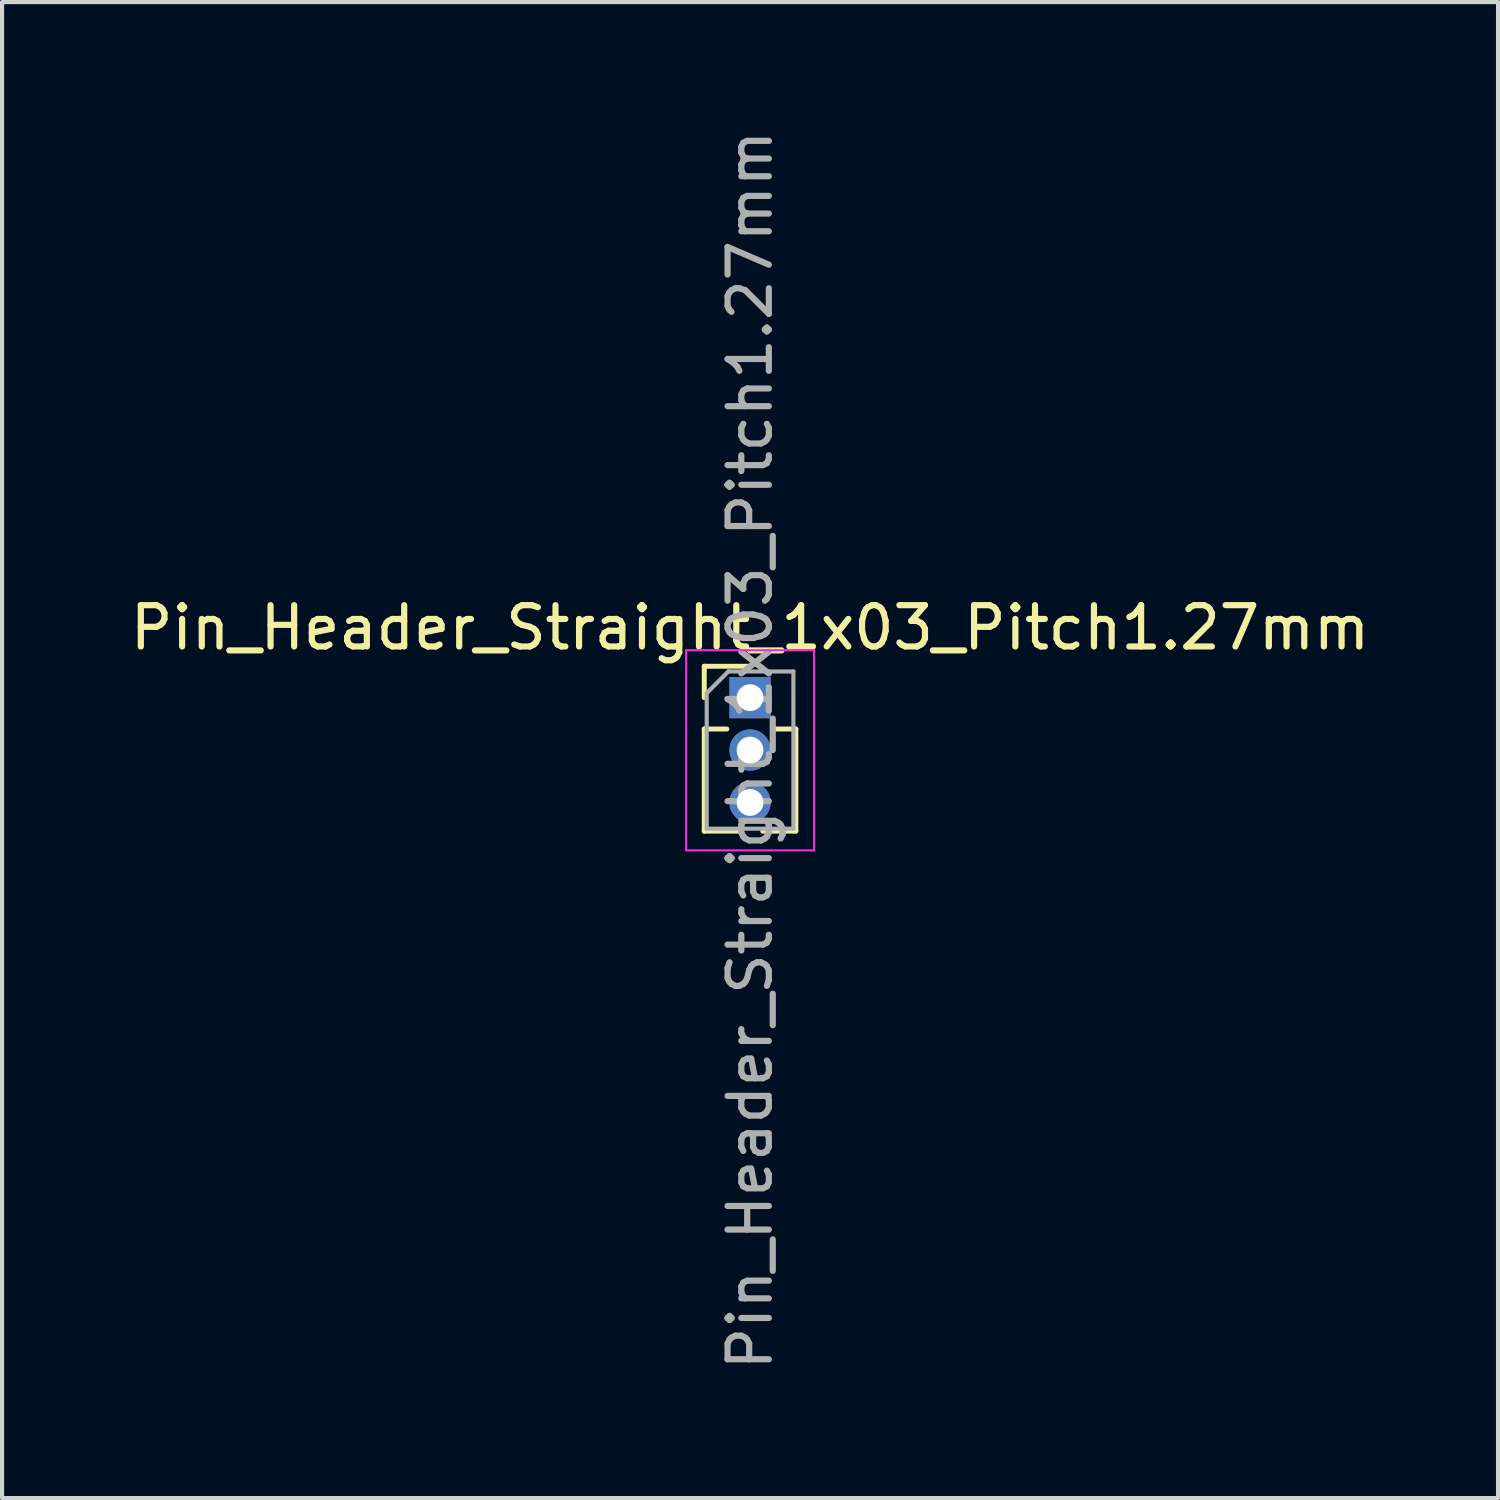
<source format=kicad_pcb>
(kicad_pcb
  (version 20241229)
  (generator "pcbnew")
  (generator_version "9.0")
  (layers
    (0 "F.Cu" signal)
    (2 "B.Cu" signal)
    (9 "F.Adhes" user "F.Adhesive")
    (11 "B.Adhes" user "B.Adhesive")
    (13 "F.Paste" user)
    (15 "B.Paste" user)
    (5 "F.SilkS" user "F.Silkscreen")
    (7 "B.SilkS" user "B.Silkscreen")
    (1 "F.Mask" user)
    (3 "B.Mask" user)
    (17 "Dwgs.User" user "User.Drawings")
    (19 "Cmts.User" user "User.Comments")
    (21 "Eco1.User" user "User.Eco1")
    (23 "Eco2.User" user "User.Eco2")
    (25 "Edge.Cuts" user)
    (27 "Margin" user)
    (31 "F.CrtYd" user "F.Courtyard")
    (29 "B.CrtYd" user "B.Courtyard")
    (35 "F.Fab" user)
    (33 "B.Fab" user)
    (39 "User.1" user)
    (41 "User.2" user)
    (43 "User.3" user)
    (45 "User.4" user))
  (footprint "Pin_Header_Straight_1x03_Pitch1.27mm"
    (layer "F.Cu")
    (at 15.125 13.855)
    (property "Reference" "Pin_Header_Straight_1x03_Pitch1.27mm" (at 0 -1.695 0) (layer "F.SilkS") (effects (font (size 1 1) (thickness 0.15))))
    (attr through_hole)
    (fp_line (start -1.11 -0.76) (end 0 -0.76) (stroke (width 0.12) (type solid)) (layer "F.SilkS"))
    (fp_line (start -1.11 0) (end -1.11 -0.76) (stroke (width 0.12) (type solid)) (layer "F.SilkS"))
    (fp_line (start -1.11 0.76) (end -1.11 3.235) (stroke (width 0.12) (type solid)) (layer "F.SilkS"))
    (fp_line (start -1.11 0.76) (end -0.563 0.76) (stroke (width 0.12) (type solid)) (layer "F.SilkS"))
    (fp_line (start -1.11 3.235) (end -0.308 3.235) (stroke (width 0.12) (type solid)) (layer "F.SilkS"))
    (fp_line (start 0.308 3.235) (end 1.11 3.235) (stroke (width 0.12) (type solid)) (layer "F.SilkS"))
    (fp_line (start 0.563 0.76) (end 1.11 0.76) (stroke (width 0.12) (type solid)) (layer "F.SilkS"))
    (fp_line (start 1.11 0.76) (end 1.11 3.235) (stroke (width 0.12) (type solid)) (layer "F.SilkS"))
    (fp_line (start -1.55 -1.15) (end -1.55 3.7) (stroke (width 0.05) (type solid)) (layer "F.CrtYd"))
    (fp_line (start -1.55 3.7) (end 1.55 3.7) (stroke (width 0.05) (type solid)) (layer "F.CrtYd"))
    (fp_line (start 1.55 -1.15) (end -1.55 -1.15) (stroke (width 0.05) (type solid)) (layer "F.CrtYd"))
    (fp_line (start 1.55 3.7) (end 1.55 -1.15) (stroke (width 0.05) (type solid)) (layer "F.CrtYd"))
    (fp_line (start -1.05 -0.11) (end -0.525 -0.635) (stroke (width 0.1) (type solid)) (layer "F.Fab"))
    (fp_line (start -1.05 3.175) (end -1.05 -0.11) (stroke (width 0.1) (type solid)) (layer "F.Fab"))
    (fp_line (start -0.525 -0.635) (end 1.05 -0.635) (stroke (width 0.1) (type solid)) (layer "F.Fab"))
    (fp_line (start 1.05 -0.635) (end 1.05 3.175) (stroke (width 0.1) (type solid)) (layer "F.Fab"))
    (fp_line (start 1.05 3.175) (end -1.05 3.175) (stroke (width 0.1) (type solid)) (layer "F.Fab"))
    (fp_text user "${REFERENCE}" (at 0 1.27 90) (layer "F.Fab") (effects (font (size 1 1) (thickness 0.15))))
    (pad "1" thru_hole rect (at 0 0) (size 1 1) (drill 0.65) (layers "*.Cu" "*.Mask"))
    (pad "2" thru_hole oval (at 0 1.27) (size 1 1) (drill 0.65) (layers "*.Cu" "*.Mask"))
    (pad "3" thru_hole oval (at 0 2.54) (size 1 1) (drill 0.65) (layers "*.Cu" "*.Mask")))
  (gr_rect
    (start -3 -3)
    (end 33.25 33.25)
    (stroke (width 0.1) (type default))
    (fill no)
    (layer "Edge.Cuts")))
</source>
